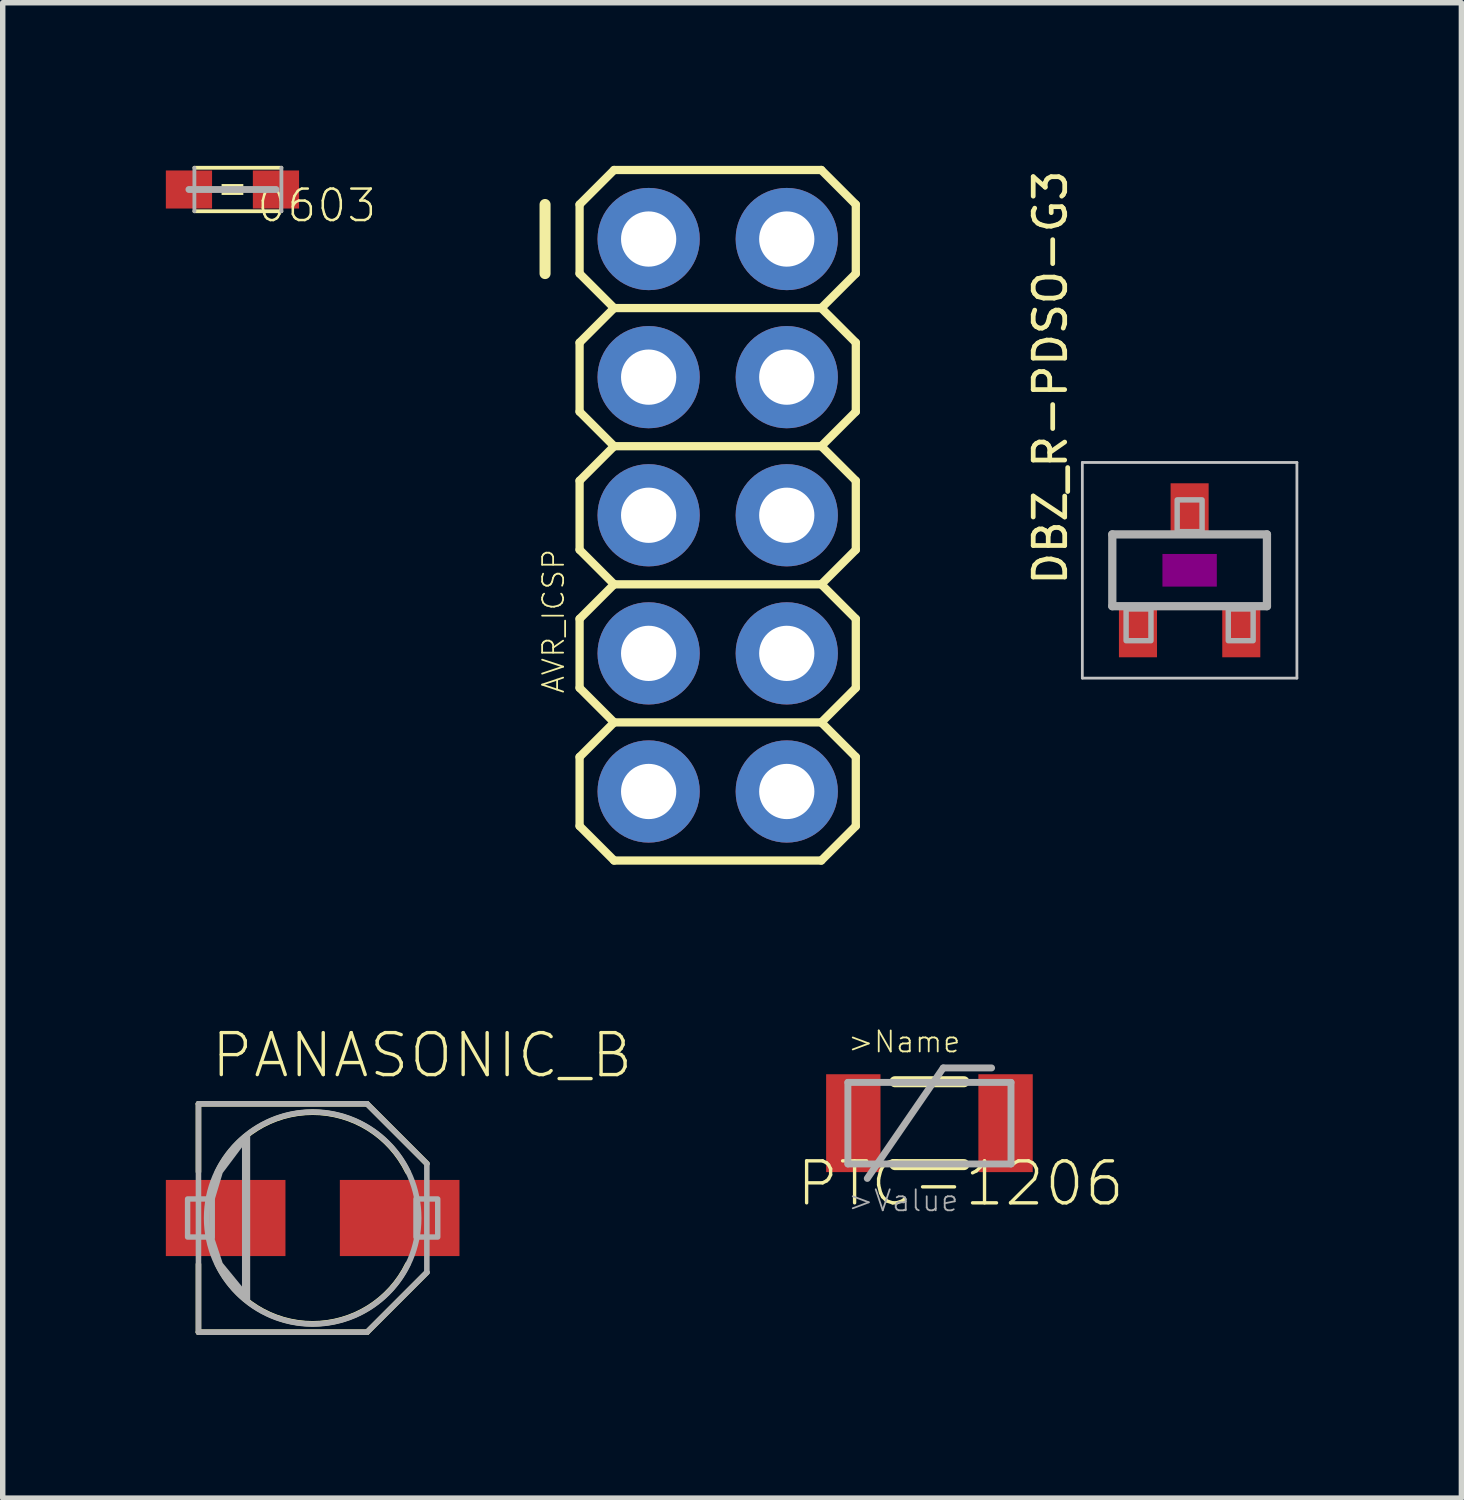
<source format=kicad_pcb>
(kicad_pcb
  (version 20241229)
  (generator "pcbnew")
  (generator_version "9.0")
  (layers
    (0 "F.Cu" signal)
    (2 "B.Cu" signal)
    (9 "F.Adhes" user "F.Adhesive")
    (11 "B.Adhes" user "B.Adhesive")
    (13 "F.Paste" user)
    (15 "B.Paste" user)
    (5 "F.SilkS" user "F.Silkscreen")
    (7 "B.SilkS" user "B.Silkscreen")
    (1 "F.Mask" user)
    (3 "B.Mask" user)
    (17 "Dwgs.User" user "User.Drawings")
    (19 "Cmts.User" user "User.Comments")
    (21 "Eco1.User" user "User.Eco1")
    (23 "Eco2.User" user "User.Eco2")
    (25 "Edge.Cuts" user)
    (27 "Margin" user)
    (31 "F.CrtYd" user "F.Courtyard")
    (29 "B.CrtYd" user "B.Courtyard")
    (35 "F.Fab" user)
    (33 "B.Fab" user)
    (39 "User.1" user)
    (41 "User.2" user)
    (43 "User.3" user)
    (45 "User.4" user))
  (footprint "0603"
    (layer "F.Cu")
    (at 1.325 0.435)
    (property "Reference" "0603" (at 0.318 0.635 180) (layer "F.SilkS") (effects (font (size 0.579 0.579) (thickness 0.046)) (justify left bottom)))
    (attr through_hole)
    (fp_line (start -0.8 -0.4) (end 0.8 -0.4) (stroke (width 0.07) (type solid)) (layer "F.SilkS"))
    (fp_line (start 0.8 0.4) (end -0.8 0.4) (stroke (width 0.07) (type solid)) (layer "F.SilkS"))
    (fp_poly (pts (xy -0.3 0.1) (xy 0.1 0.1) (xy 0.1 -0.1) (xy -0.3 -0.1)) (stroke (width 0) (type solid)) (fill yes) (layer "F.SilkS"))
    (fp_line (start -0.9 0) (end 0.7 0) (stroke (width 0.127) (type solid)) (layer "F.Fab"))
    (fp_line (start -0.8 0.4) (end -0.8 -0.4) (stroke (width 0.07) (type solid)) (layer "F.Fab"))
    (fp_line (start 0.8 -0.4) (end 0.8 0.4) (stroke (width 0.07) (type solid)) (layer "F.Fab"))
    (pad "1" smd rect (at -0.9 0) (size 0.85 0.7) (layers "F.Cu" "F.Mask" "F.Paste"))
    (pad "2" smd rect (at 0.7 0) (size 0.85 0.7) (layers "F.Cu" "F.Mask" "F.Paste")))
  (footprint "DBZ_R-PDSO-G3"
    (layer "F.Cu")
    (at 18.828 7.438)
    (property "Reference" "DBZ_R-PDSO-G3" (at -2.222 0.318 270) (layer "F.SilkS") (effects (font (size 0.579 0.579) (thickness 0.087)) (justify left bottom)))
    (attr through_hole)
    (fp_poly (pts (xy -0.5 0.3) (xy 0.5 0.3) (xy 0.5 -0.3) (xy -0.5 -0.3)) (stroke (width 0) (type solid)) (fill yes) (layer "F.Adhes"))
    (fp_line (start -1.973 -1.983) (end 1.973 -1.983) (stroke (width 0.051) (type solid)) (layer "Dwgs.User"))
    (fp_line (start -1.973 1.983) (end -1.973 -1.983) (stroke (width 0.051) (type solid)) (layer "Dwgs.User"))
    (fp_line (start 1.973 -1.983) (end 1.973 1.983) (stroke (width 0.051) (type solid)) (layer "Dwgs.User"))
    (fp_line (start 1.973 1.983) (end -1.973 1.983) (stroke (width 0.051) (type solid)) (layer "Dwgs.User"))
    (fp_line (start -1.422 -0.66) (end 1.422 -0.66) (stroke (width 0.152) (type solid)) (layer "F.Fab"))
    (fp_line (start -1.422 0.66) (end -1.422 -0.66) (stroke (width 0.152) (type solid)) (layer "F.Fab"))
    (fp_line (start 1.422 -0.66) (end 1.422 0.66) (stroke (width 0.152) (type solid)) (layer "F.Fab"))
    (fp_line (start 1.422 0.66) (end -1.422 0.66) (stroke (width 0.152) (type solid)) (layer "F.Fab"))
    (fp_poly (pts (xy -1.168 1.295) (xy -0.711 1.295) (xy -0.711 0.711) (xy -1.168 0.711)) (stroke (width 0.1) (type solid)) (fill no) (layer "F.Fab"))
    (fp_poly (pts (xy -0.229 -0.711) (xy 0.229 -0.711) (xy 0.229 -1.295) (xy -0.229 -1.295)) (stroke (width 0.1) (type solid)) (fill no) (layer "F.Fab"))
    (fp_poly (pts (xy 0.711 1.295) (xy 1.168 1.295) (xy 1.168 0.711) (xy 0.711 0.711)) (stroke (width 0.1) (type solid)) (fill no) (layer "F.Fab"))
    (pad "1" smd rect (at -0.95 1.1) (size 0.7 1) (layers "F.Cu" "F.Mask" "F.Paste"))
    (pad "2" smd rect (at 0.95 1.1) (size 0.7 1) (layers "F.Cu" "F.Mask" "F.Paste"))
    (pad "3" smd rect (at 0 -1.1) (size 0.7 1) (layers "F.Cu" "F.Mask" "F.Paste")))
  (footprint "AVR_ICSP"
    (layer "F.Cu")
    (at 10.149 6.426)
    (property "Reference" "AVR_ICSP" (at -2.794 3.302 90) (layer "F.SilkS") (effects (font (size 0.386 0.386) (thickness 0.033)) (justify left bottom)))
    (attr through_hole)
    (fp_line (start -3.175 -5.715) (end -3.175 -4.445) (stroke (width 0.203) (type solid)) (layer "F.SilkS"))
    (fp_line (start -2.54 -5.715) (end -2.54 -4.445) (stroke (width 0.152) (type solid)) (layer "F.SilkS"))
    (fp_line (start -2.54 -4.445) (end -1.905 -3.81) (stroke (width 0.152) (type solid)) (layer "F.SilkS"))
    (fp_line (start -2.54 -3.175) (end -2.54 -1.905) (stroke (width 0.152) (type solid)) (layer "F.SilkS"))
    (fp_line (start -2.54 -1.905) (end -1.905 -1.27) (stroke (width 0.152) (type solid)) (layer "F.SilkS"))
    (fp_line (start -2.54 -0.635) (end -2.54 0.635) (stroke (width 0.152) (type solid)) (layer "F.SilkS"))
    (fp_line (start -2.54 0.635) (end -1.905 1.27) (stroke (width 0.152) (type solid)) (layer "F.SilkS"))
    (fp_line (start -2.54 1.905) (end -2.54 3.175) (stroke (width 0.152) (type solid)) (layer "F.SilkS"))
    (fp_line (start -2.54 3.175) (end -1.905 3.81) (stroke (width 0.152) (type solid)) (layer "F.SilkS"))
    (fp_line (start -2.54 4.445) (end -2.54 5.715) (stroke (width 0.152) (type solid)) (layer "F.SilkS"))
    (fp_line (start -2.54 5.715) (end -1.905 6.35) (stroke (width 0.152) (type solid)) (layer "F.SilkS"))
    (fp_line (start -1.905 -6.35) (end -2.54 -5.715) (stroke (width 0.152) (type solid)) (layer "F.SilkS"))
    (fp_line (start -1.905 -6.35) (end 1.905 -6.35) (stroke (width 0.152) (type solid)) (layer "F.SilkS"))
    (fp_line (start -1.905 -3.81) (end -2.54 -3.175) (stroke (width 0.152) (type solid)) (layer "F.SilkS"))
    (fp_line (start -1.905 -1.27) (end -2.54 -0.635) (stroke (width 0.152) (type solid)) (layer "F.SilkS"))
    (fp_line (start -1.905 1.27) (end -2.54 1.905) (stroke (width 0.152) (type solid)) (layer "F.SilkS"))
    (fp_line (start -1.905 3.81) (end -2.54 4.445) (stroke (width 0.152) (type solid)) (layer "F.SilkS"))
    (fp_line (start 1.905 -6.35) (end 2.54 -5.715) (stroke (width 0.152) (type solid)) (layer "F.SilkS"))
    (fp_line (start 1.905 -3.81) (end -1.905 -3.81) (stroke (width 0.152) (type solid)) (layer "F.SilkS"))
    (fp_line (start 1.905 -3.81) (end 2.54 -3.175) (stroke (width 0.152) (type solid)) (layer "F.SilkS"))
    (fp_line (start 1.905 -1.27) (end -1.905 -1.27) (stroke (width 0.152) (type solid)) (layer "F.SilkS"))
    (fp_line (start 1.905 -1.27) (end 2.54 -0.635) (stroke (width 0.152) (type solid)) (layer "F.SilkS"))
    (fp_line (start 1.905 1.27) (end -1.905 1.27) (stroke (width 0.152) (type solid)) (layer "F.SilkS"))
    (fp_line (start 1.905 1.27) (end 2.54 1.905) (stroke (width 0.152) (type solid)) (layer "F.SilkS"))
    (fp_line (start 1.905 3.81) (end -1.905 3.81) (stroke (width 0.152) (type solid)) (layer "F.SilkS"))
    (fp_line (start 1.905 3.81) (end 2.54 4.445) (stroke (width 0.152) (type solid)) (layer "F.SilkS"))
    (fp_line (start 1.905 6.35) (end -1.905 6.35) (stroke (width 0.152) (type solid)) (layer "F.SilkS"))
    (fp_line (start 2.54 -5.715) (end 2.54 -4.445) (stroke (width 0.152) (type solid)) (layer "F.SilkS"))
    (fp_line (start 2.54 -4.445) (end 1.905 -3.81) (stroke (width 0.152) (type solid)) (layer "F.SilkS"))
    (fp_line (start 2.54 -3.175) (end 2.54 -1.905) (stroke (width 0.152) (type solid)) (layer "F.SilkS"))
    (fp_line (start 2.54 -1.905) (end 1.905 -1.27) (stroke (width 0.152) (type solid)) (layer "F.SilkS"))
    (fp_line (start 2.54 -0.635) (end 2.54 0.635) (stroke (width 0.152) (type solid)) (layer "F.SilkS"))
    (fp_line (start 2.54 0.635) (end 1.905 1.27) (stroke (width 0.152) (type solid)) (layer "F.SilkS"))
    (fp_line (start 2.54 1.905) (end 2.54 3.175) (stroke (width 0.152) (type solid)) (layer "F.SilkS"))
    (fp_line (start 2.54 3.175) (end 1.905 3.81) (stroke (width 0.152) (type solid)) (layer "F.SilkS"))
    (fp_line (start 2.54 4.445) (end 2.54 5.715) (stroke (width 0.152) (type solid)) (layer "F.SilkS"))
    (fp_line (start 2.54 5.715) (end 1.905 6.35) (stroke (width 0.152) (type solid)) (layer "F.SilkS"))
    (fp_poly (pts (xy -1.524 0.254) (xy -1.016 0.254) (xy -1.016 -0.254) (xy -1.524 -0.254)) (stroke (width 0) (type solid)) (fill yes) (layer "F.SilkS"))
    (fp_poly (pts (xy -1.524 -4.826) (xy -1.016 -4.826) (xy -1.016 -5.334) (xy -1.524 -5.334)) (stroke (width 0.1) (type solid)) (fill no) (layer "F.Fab"))
    (fp_poly (pts (xy -1.524 -2.286) (xy -1.016 -2.286) (xy -1.016 -2.794) (xy -1.524 -2.794)) (stroke (width 0.1) (type solid)) (fill no) (layer "F.Fab"))
    (fp_poly (pts (xy -1.524 2.794) (xy -1.016 2.794) (xy -1.016 2.286) (xy -1.524 2.286)) (stroke (width 0.1) (type solid)) (fill no) (layer "F.Fab"))
    (fp_poly (pts (xy -1.524 5.334) (xy -1.016 5.334) (xy -1.016 4.826) (xy -1.524 4.826)) (stroke (width 0.1) (type solid)) (fill no) (layer "F.Fab"))
    (fp_poly (pts (xy 1.016 -4.826) (xy 1.524 -4.826) (xy 1.524 -5.334) (xy 1.016 -5.334)) (stroke (width 0.1) (type solid)) (fill no) (layer "F.Fab"))
    (fp_poly (pts (xy 1.016 -2.286) (xy 1.524 -2.286) (xy 1.524 -2.794) (xy 1.016 -2.794)) (stroke (width 0.1) (type solid)) (fill no) (layer "F.Fab"))
    (fp_poly (pts (xy 1.016 0.254) (xy 1.524 0.254) (xy 1.524 -0.254) (xy 1.016 -0.254)) (stroke (width 0.1) (type solid)) (fill no) (layer "F.Fab"))
    (fp_poly (pts (xy 1.016 2.794) (xy 1.524 2.794) (xy 1.524 2.286) (xy 1.016 2.286)) (stroke (width 0.1) (type solid)) (fill no) (layer "F.Fab"))
    (fp_poly (pts (xy 1.016 5.334) (xy 1.524 5.334) (xy 1.524 4.826) (xy 1.016 4.826)) (stroke (width 0.1) (type solid)) (fill no) (layer "F.Fab"))
    (pad "1" thru_hole circle (at -1.27 -5.08 270) (size 1.88 1.88) (drill 1.016) (layers "*.Cu" "*.Mask"))
    (pad "2" thru_hole circle (at 1.27 -5.08 270) (size 1.88 1.88) (drill 1.016) (layers "*.Cu" "*.Mask"))
    (pad "3" thru_hole circle (at -1.27 -2.54 270) (size 1.88 1.88) (drill 1.016) (layers "*.Cu" "*.Mask"))
    (pad "4" thru_hole circle (at 1.27 -2.54 270) (size 1.88 1.88) (drill 1.016) (layers "*.Cu" "*.Mask"))
    (pad "5" thru_hole circle (at -1.27 0 270) (size 1.88 1.88) (drill 1.016) (layers "*.Cu" "*.Mask"))
    (pad "6" thru_hole circle (at 1.27 0 270) (size 1.88 1.88) (drill 1.016) (layers "*.Cu" "*.Mask"))
    (pad "7" thru_hole circle (at -1.27 2.54 270) (size 1.88 1.88) (drill 1.016) (layers "*.Cu" "*.Mask"))
    (pad "8" thru_hole circle (at 1.27 2.54 270) (size 1.88 1.88) (drill 1.016) (layers "*.Cu" "*.Mask"))
    (pad "9" thru_hole circle (at -1.27 5.08 270) (size 1.88 1.88) (drill 1.016) (layers "*.Cu" "*.Mask"))
    (pad "10" thru_hole circle (at 1.27 5.08 270) (size 1.88 1.88) (drill 1.016) (layers "*.Cu" "*.Mask")))
  (footprint "PANASONIC_B"
    (layer "F.Cu")
    (at 2.7 19.35)
    (property "Reference" "PANASONIC_B" (at -1.905 -2.54 0) (layer "F.SilkS") (effects (font (size 0.772 0.772) (thickness 0.062)) (justify left bottom)))
    (attr through_hole)
    (fp_line (start -2.1 -2.1) (end 1 -2.1) (stroke (width 0.102) (type solid)) (layer "F.SilkS"))
    (fp_line (start -2.1 -0.85) (end -2.1 -2.1) (stroke (width 0.102) (type solid)) (layer "F.SilkS"))
    (fp_line (start -2.1 2.1) (end -2.1 0.85) (stroke (width 0.102) (type solid)) (layer "F.SilkS"))
    (fp_line (start 1 -2.1) (end 2.1 -1) (stroke (width 0.102) (type solid)) (layer "F.SilkS"))
    (fp_line (start 1 2.1) (end -2.1 2.1) (stroke (width 0.102) (type solid)) (layer "F.SilkS"))
    (fp_line (start 2.1 1) (end 1 2.1) (stroke (width 0.102) (type solid)) (layer "F.SilkS"))
    (fp_arc (start -1.75 -0.85) (mid 0 -1.945508) (end 1.75 -0.85) (stroke (width 0.1016) (type solid)) (layer "F.SilkS"))
    (fp_arc (start 1.75 0.85) (mid 0 1.945508) (end -1.75 0.85) (stroke (width 0.1016) (type solid)) (layer "F.SilkS"))
    (fp_line (start -2.1 -2.1) (end 1 -2.1) (stroke (width 0.102) (type solid)) (layer "F.Fab"))
    (fp_line (start -2.1 2.1) (end -2.1 -2.1) (stroke (width 0.102) (type solid)) (layer "F.Fab"))
    (fp_line (start -1.2 -1.5) (end -1.2 1.5) (stroke (width 0.102) (type solid)) (layer "F.Fab"))
    (fp_line (start 1 -2.1) (end 2.1 -1) (stroke (width 0.102) (type solid)) (layer "F.Fab"))
    (fp_line (start 1 2.1) (end -2.1 2.1) (stroke (width 0.102) (type solid)) (layer "F.Fab"))
    (fp_line (start 2.1 -1) (end 2.1 1) (stroke (width 0.102) (type solid)) (layer "F.Fab"))
    (fp_line (start 2.1 1) (end 1 2.1) (stroke (width 0.102) (type solid)) (layer "F.Fab"))
    (fp_circle (center 0 0) (end 1.95 0) (stroke (width 0.102) (type solid)) (fill no) (layer "F.Fab"))
    (fp_poly (pts (xy -2.3 0.35) (xy -1.85 0.35) (xy -1.85 -0.35) (xy -2.3 -0.35)) (stroke (width 0.1) (type solid)) (fill no) (layer "F.Fab"))
    (fp_poly (pts (xy 1.9 0.35) (xy 2.3 0.35) (xy 2.3 -0.35) (xy 1.9 -0.35)) (stroke (width 0.1) (type solid)) (fill no) (layer "F.Fab"))
    (fp_poly (pts (xy -1.25 -1.45) (xy -1.7 -0.85) (xy -1.85 -0.35) (xy -1.85 0.4) (xy -1.7 0.85) (xy -1.25 1.4) (xy -1.25 -1.4)) (stroke (width 0.1) (type solid)) (fill no) (layer "F.Fab"))
    (pad "+" smd rect (at 1.6 0) (size 2.2 1.4) (layers "F.Cu" "F.Mask" "F.Paste"))
    (pad "-" smd rect (at -1.6 0) (size 2.2 1.4) (layers "F.Cu" "F.Mask" "F.Paste")))
  (footprint "PTC-1206"
    (layer "F.Cu")
    (at 14.043 17.606)
    (property "Reference" "PTC-1206" (at 0.572 1.111 180) (layer "F.SilkS") (effects (font (size 0.772 0.772) (thickness 0.062))))
    (attr through_hole)
    (fp_line (start -0.635 -0.762) (end 0.635 -0.762) (stroke (width 0.203) (type solid)) (layer "F.SilkS"))
    (fp_line (start 0.635 0.762) (end -0.635 0.762) (stroke (width 0.203) (type solid)) (layer "F.SilkS"))
    (fp_line (start -1.5 -0.75) (end 1.5 -0.75) (stroke (width 0.127) (type solid)) (layer "F.Fab"))
    (fp_line (start -1.5 0.75) (end -1.5 -0.75) (stroke (width 0.127) (type solid)) (layer "F.Fab"))
    (fp_line (start -1.143 1.016) (end 0.254 -1.016) (stroke (width 0.127) (type solid)) (layer "F.Fab"))
    (fp_line (start 0.254 -1.016) (end 1.143 -1.016) (stroke (width 0.127) (type solid)) (layer "F.Fab"))
    (fp_line (start 1.5 -0.75) (end 1.5 0.75) (stroke (width 0.127) (type solid)) (layer "F.Fab"))
    (fp_line (start 1.5 0.75) (end -1.5 0.75) (stroke (width 0.127) (type solid)) (layer "F.Fab"))
    (fp_text user ">Name" (at -1.524 -1.27 0) (layer "F.SilkS") (effects (font (size 0.386 0.386) (thickness 0.033)) (justify left bottom)))
    (fp_text user ">Value" (at -1.524 1.651 0) (layer "F.Fab") (effects (font (size 0.386 0.386) (thickness 0.033)) (justify left bottom)))
    (pad "1" smd rect (at -1.4 0) (size 1 1.8) (layers "F.Cu" "F.Mask" "F.Paste"))
    (pad "2" smd rect (at 1.4 0) (size 1 1.8) (layers "F.Cu" "F.Mask" "F.Paste")))
  (gr_rect
    (start -3 -3)
    (end 23.826 24.501)
    (stroke (width 0.1) (type default))
    (fill no)
    (layer "Edge.Cuts")))
</source>
